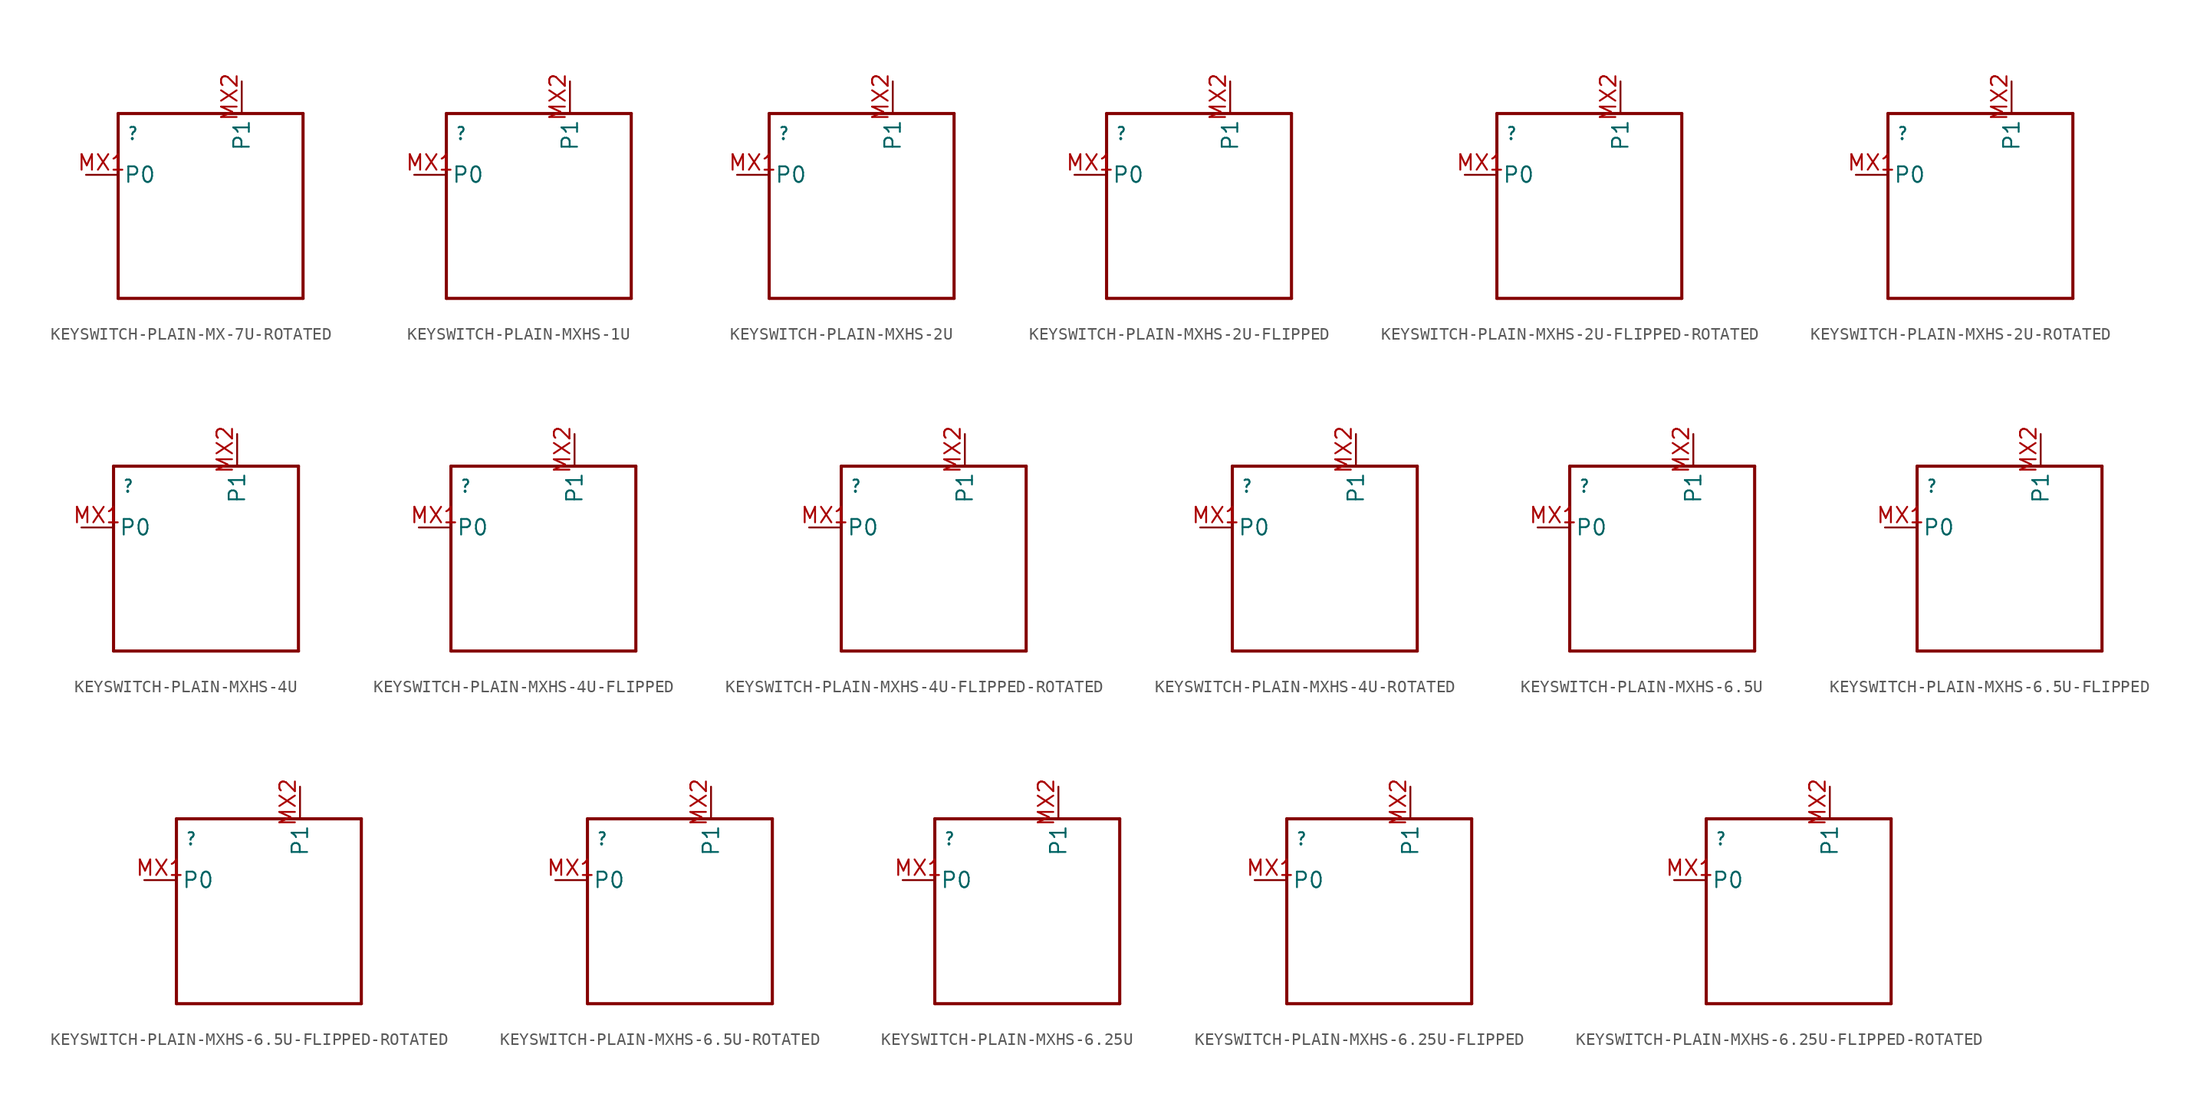
<source format=kicad_sym>
(kicad_symbol_lib
  (version 20211014)
  (generator kicad_symbol_editor)
  (symbol "KEYSWITCH-PLAIN-MX-7U-ROTATED"
    (property "Reference" ""
      (at -6.81 5.318 0)
      (effects (font (size 1 0.85)) (justify left bottom)))
    (property "ki_locked" ""
      (at 0 0 0)
      (effects (font (size 1.27 1.27))))
    (symbol "KEYSWITCH-PLAIN-MX-7U-ROTATED_1_0"
      (polyline (pts (xy -7.54 -7.54) (xy -7.54 7.54)) (stroke (width 0.254) (type default) (color 0 0 0 0)) (fill (type none)))
      (polyline (pts (xy -7.54 7.54) (xy 7.54 7.54)) (stroke (width 0.254) (type default) (color 0 0 0 0)) (fill (type none)))
      (polyline (pts (xy 7.54 -7.54) (xy -7.54 -7.54)) (stroke (width 0.254) (type default) (color 0 0 0 0)) (fill (type none)))
      (polyline (pts (xy 7.54 7.54) (xy 7.54 -7.54)) (stroke (width 0.254) (type default) (color 0 0 0 0)) (fill (type none)))
      (pin bidirectional line (at -10.16 2.54 0) (length 2.54) (name "P0" (effects (font (size 1.27 1.27)))) (number "MX1" (effects (font (size 1.27 1.27)))))
      (pin bidirectional line (at 2.54 10.16 270) (length 2.54) (name "P1" (effects (font (size 1.27 1.27)))) (number "MX2" (effects (font (size 1.27 1.27)))))))
  (symbol "KEYSWITCH-PLAIN-MXHS-1U"
    (property "Reference" ""
      (at -6.81 5.318 0)
      (effects (font (size 1 0.85)) (justify left bottom)))
    (property "ki_locked" ""
      (at 0 0 0)
      (effects (font (size 1.27 1.27))))
    (symbol "KEYSWITCH-PLAIN-MXHS-1U_1_0"
      (polyline (pts (xy -7.54 -7.54) (xy -7.54 7.54)) (stroke (width 0.254) (type default) (color 0 0 0 0)) (fill (type none)))
      (polyline (pts (xy -7.54 7.54) (xy 7.54 7.54)) (stroke (width 0.254) (type default) (color 0 0 0 0)) (fill (type none)))
      (polyline (pts (xy 7.54 -7.54) (xy -7.54 -7.54)) (stroke (width 0.254) (type default) (color 0 0 0 0)) (fill (type none)))
      (polyline (pts (xy 7.54 7.54) (xy 7.54 -7.54)) (stroke (width 0.254) (type default) (color 0 0 0 0)) (fill (type none)))
      (pin bidirectional line (at -10.16 2.54 0) (length 2.54) (name "P0" (effects (font (size 1.27 1.27)))) (number "MX1" (effects (font (size 1.27 1.27)))))
      (pin bidirectional line (at 2.54 10.16 270) (length 2.54) (name "P1" (effects (font (size 1.27 1.27)))) (number "MX2" (effects (font (size 1.27 1.27)))))))
  (symbol "KEYSWITCH-PLAIN-MXHS-2U"
    (property "Reference" ""
      (at -6.81 5.318 0)
      (effects (font (size 1 0.85)) (justify left bottom)))
    (property "ki_locked" ""
      (at 0 0 0)
      (effects (font (size 1.27 1.27))))
    (symbol "KEYSWITCH-PLAIN-MXHS-2U_1_0"
      (polyline (pts (xy -7.54 -7.54) (xy -7.54 7.54)) (stroke (width 0.254) (type default) (color 0 0 0 0)) (fill (type none)))
      (polyline (pts (xy -7.54 7.54) (xy 7.54 7.54)) (stroke (width 0.254) (type default) (color 0 0 0 0)) (fill (type none)))
      (polyline (pts (xy 7.54 -7.54) (xy -7.54 -7.54)) (stroke (width 0.254) (type default) (color 0 0 0 0)) (fill (type none)))
      (polyline (pts (xy 7.54 7.54) (xy 7.54 -7.54)) (stroke (width 0.254) (type default) (color 0 0 0 0)) (fill (type none)))
      (pin bidirectional line (at -10.16 2.54 0) (length 2.54) (name "P0" (effects (font (size 1.27 1.27)))) (number "MX1" (effects (font (size 1.27 1.27)))))
      (pin bidirectional line (at 2.54 10.16 270) (length 2.54) (name "P1" (effects (font (size 1.27 1.27)))) (number "MX2" (effects (font (size 1.27 1.27)))))))
  (symbol "KEYSWITCH-PLAIN-MXHS-2U-FLIPPED"
    (property "Reference" ""
      (at -6.81 5.318 0)
      (effects (font (size 1 0.85)) (justify left bottom)))
    (property "ki_locked" ""
      (at 0 0 0)
      (effects (font (size 1.27 1.27))))
    (symbol "KEYSWITCH-PLAIN-MXHS-2U-FLIPPED_1_0"
      (polyline (pts (xy -7.54 -7.54) (xy -7.54 7.54)) (stroke (width 0.254) (type default) (color 0 0 0 0)) (fill (type none)))
      (polyline (pts (xy -7.54 7.54) (xy 7.54 7.54)) (stroke (width 0.254) (type default) (color 0 0 0 0)) (fill (type none)))
      (polyline (pts (xy 7.54 -7.54) (xy -7.54 -7.54)) (stroke (width 0.254) (type default) (color 0 0 0 0)) (fill (type none)))
      (polyline (pts (xy 7.54 7.54) (xy 7.54 -7.54)) (stroke (width 0.254) (type default) (color 0 0 0 0)) (fill (type none)))
      (pin bidirectional line (at -10.16 2.54 0) (length 2.54) (name "P0" (effects (font (size 1.27 1.27)))) (number "MX1" (effects (font (size 1.27 1.27)))))
      (pin bidirectional line (at 2.54 10.16 270) (length 2.54) (name "P1" (effects (font (size 1.27 1.27)))) (number "MX2" (effects (font (size 1.27 1.27)))))))
  (symbol "KEYSWITCH-PLAIN-MXHS-2U-FLIPPED-ROTATED"
    (property "Reference" ""
      (at -6.81 5.318 0)
      (effects (font (size 1 0.85)) (justify left bottom)))
    (property "ki_locked" ""
      (at 0 0 0)
      (effects (font (size 1.27 1.27))))
    (symbol "KEYSWITCH-PLAIN-MXHS-2U-FLIPPED-ROTATED_1_0"
      (polyline (pts (xy -7.54 -7.54) (xy -7.54 7.54)) (stroke (width 0.254) (type default) (color 0 0 0 0)) (fill (type none)))
      (polyline (pts (xy -7.54 7.54) (xy 7.54 7.54)) (stroke (width 0.254) (type default) (color 0 0 0 0)) (fill (type none)))
      (polyline (pts (xy 7.54 -7.54) (xy -7.54 -7.54)) (stroke (width 0.254) (type default) (color 0 0 0 0)) (fill (type none)))
      (polyline (pts (xy 7.54 7.54) (xy 7.54 -7.54)) (stroke (width 0.254) (type default) (color 0 0 0 0)) (fill (type none)))
      (pin bidirectional line (at -10.16 2.54 0) (length 2.54) (name "P0" (effects (font (size 1.27 1.27)))) (number "MX1" (effects (font (size 1.27 1.27)))))
      (pin bidirectional line (at 2.54 10.16 270) (length 2.54) (name "P1" (effects (font (size 1.27 1.27)))) (number "MX2" (effects (font (size 1.27 1.27)))))))
  (symbol "KEYSWITCH-PLAIN-MXHS-2U-ROTATED"
    (property "Reference" ""
      (at -6.81 5.318 0)
      (effects (font (size 1 0.85)) (justify left bottom)))
    (property "ki_locked" ""
      (at 0 0 0)
      (effects (font (size 1.27 1.27))))
    (symbol "KEYSWITCH-PLAIN-MXHS-2U-ROTATED_1_0"
      (polyline (pts (xy -7.54 -7.54) (xy -7.54 7.54)) (stroke (width 0.254) (type default) (color 0 0 0 0)) (fill (type none)))
      (polyline (pts (xy -7.54 7.54) (xy 7.54 7.54)) (stroke (width 0.254) (type default) (color 0 0 0 0)) (fill (type none)))
      (polyline (pts (xy 7.54 -7.54) (xy -7.54 -7.54)) (stroke (width 0.254) (type default) (color 0 0 0 0)) (fill (type none)))
      (polyline (pts (xy 7.54 7.54) (xy 7.54 -7.54)) (stroke (width 0.254) (type default) (color 0 0 0 0)) (fill (type none)))
      (pin bidirectional line (at -10.16 2.54 0) (length 2.54) (name "P0" (effects (font (size 1.27 1.27)))) (number "MX1" (effects (font (size 1.27 1.27)))))
      (pin bidirectional line (at 2.54 10.16 270) (length 2.54) (name "P1" (effects (font (size 1.27 1.27)))) (number "MX2" (effects (font (size 1.27 1.27)))))))
  (symbol "KEYSWITCH-PLAIN-MXHS-4U"
    (property "Reference" ""
      (at -6.81 5.318 0)
      (effects (font (size 1 0.85)) (justify left bottom)))
    (property "ki_locked" ""
      (at 0 0 0)
      (effects (font (size 1.27 1.27))))
    (symbol "KEYSWITCH-PLAIN-MXHS-4U_1_0"
      (polyline (pts (xy -7.54 -7.54) (xy -7.54 7.54)) (stroke (width 0.254) (type default) (color 0 0 0 0)) (fill (type none)))
      (polyline (pts (xy -7.54 7.54) (xy 7.54 7.54)) (stroke (width 0.254) (type default) (color 0 0 0 0)) (fill (type none)))
      (polyline (pts (xy 7.54 -7.54) (xy -7.54 -7.54)) (stroke (width 0.254) (type default) (color 0 0 0 0)) (fill (type none)))
      (polyline (pts (xy 7.54 7.54) (xy 7.54 -7.54)) (stroke (width 0.254) (type default) (color 0 0 0 0)) (fill (type none)))
      (pin bidirectional line (at -10.16 2.54 0) (length 2.54) (name "P0" (effects (font (size 1.27 1.27)))) (number "MX1" (effects (font (size 1.27 1.27)))))
      (pin bidirectional line (at 2.54 10.16 270) (length 2.54) (name "P1" (effects (font (size 1.27 1.27)))) (number "MX2" (effects (font (size 1.27 1.27)))))))
  (symbol "KEYSWITCH-PLAIN-MXHS-4U-FLIPPED"
    (property "Reference" ""
      (at -6.81 5.318 0)
      (effects (font (size 1 0.85)) (justify left bottom)))
    (property "ki_locked" ""
      (at 0 0 0)
      (effects (font (size 1.27 1.27))))
    (symbol "KEYSWITCH-PLAIN-MXHS-4U-FLIPPED_1_0"
      (polyline (pts (xy -7.54 -7.54) (xy -7.54 7.54)) (stroke (width 0.254) (type default) (color 0 0 0 0)) (fill (type none)))
      (polyline (pts (xy -7.54 7.54) (xy 7.54 7.54)) (stroke (width 0.254) (type default) (color 0 0 0 0)) (fill (type none)))
      (polyline (pts (xy 7.54 -7.54) (xy -7.54 -7.54)) (stroke (width 0.254) (type default) (color 0 0 0 0)) (fill (type none)))
      (polyline (pts (xy 7.54 7.54) (xy 7.54 -7.54)) (stroke (width 0.254) (type default) (color 0 0 0 0)) (fill (type none)))
      (pin bidirectional line (at -10.16 2.54 0) (length 2.54) (name "P0" (effects (font (size 1.27 1.27)))) (number "MX1" (effects (font (size 1.27 1.27)))))
      (pin bidirectional line (at 2.54 10.16 270) (length 2.54) (name "P1" (effects (font (size 1.27 1.27)))) (number "MX2" (effects (font (size 1.27 1.27)))))))
  (symbol "KEYSWITCH-PLAIN-MXHS-4U-FLIPPED-ROTATED"
    (property "Reference" ""
      (at -6.81 5.318 0)
      (effects (font (size 1 0.85)) (justify left bottom)))
    (property "ki_locked" ""
      (at 0 0 0)
      (effects (font (size 1.27 1.27))))
    (symbol "KEYSWITCH-PLAIN-MXHS-4U-FLIPPED-ROTATED_1_0"
      (polyline (pts (xy -7.54 -7.54) (xy -7.54 7.54)) (stroke (width 0.254) (type default) (color 0 0 0 0)) (fill (type none)))
      (polyline (pts (xy -7.54 7.54) (xy 7.54 7.54)) (stroke (width 0.254) (type default) (color 0 0 0 0)) (fill (type none)))
      (polyline (pts (xy 7.54 -7.54) (xy -7.54 -7.54)) (stroke (width 0.254) (type default) (color 0 0 0 0)) (fill (type none)))
      (polyline (pts (xy 7.54 7.54) (xy 7.54 -7.54)) (stroke (width 0.254) (type default) (color 0 0 0 0)) (fill (type none)))
      (pin bidirectional line (at -10.16 2.54 0) (length 2.54) (name "P0" (effects (font (size 1.27 1.27)))) (number "MX1" (effects (font (size 1.27 1.27)))))
      (pin bidirectional line (at 2.54 10.16 270) (length 2.54) (name "P1" (effects (font (size 1.27 1.27)))) (number "MX2" (effects (font (size 1.27 1.27)))))))
  (symbol "KEYSWITCH-PLAIN-MXHS-4U-ROTATED"
    (property "Reference" ""
      (at -6.81 5.318 0)
      (effects (font (size 1 0.85)) (justify left bottom)))
    (property "ki_locked" ""
      (at 0 0 0)
      (effects (font (size 1.27 1.27))))
    (symbol "KEYSWITCH-PLAIN-MXHS-4U-ROTATED_1_0"
      (polyline (pts (xy -7.54 -7.54) (xy -7.54 7.54)) (stroke (width 0.254) (type default) (color 0 0 0 0)) (fill (type none)))
      (polyline (pts (xy -7.54 7.54) (xy 7.54 7.54)) (stroke (width 0.254) (type default) (color 0 0 0 0)) (fill (type none)))
      (polyline (pts (xy 7.54 -7.54) (xy -7.54 -7.54)) (stroke (width 0.254) (type default) (color 0 0 0 0)) (fill (type none)))
      (polyline (pts (xy 7.54 7.54) (xy 7.54 -7.54)) (stroke (width 0.254) (type default) (color 0 0 0 0)) (fill (type none)))
      (pin bidirectional line (at -10.16 2.54 0) (length 2.54) (name "P0" (effects (font (size 1.27 1.27)))) (number "MX1" (effects (font (size 1.27 1.27)))))
      (pin bidirectional line (at 2.54 10.16 270) (length 2.54) (name "P1" (effects (font (size 1.27 1.27)))) (number "MX2" (effects (font (size 1.27 1.27)))))))
  (symbol "KEYSWITCH-PLAIN-MXHS-6.5U"
    (property "Reference" ""
      (at -6.81 5.318 0)
      (effects (font (size 1 0.85)) (justify left bottom)))
    (property "ki_locked" ""
      (at 0 0 0)
      (effects (font (size 1.27 1.27))))
    (symbol "KEYSWITCH-PLAIN-MXHS-6.5U_1_0"
      (polyline (pts (xy -7.54 -7.54) (xy -7.54 7.54)) (stroke (width 0.254) (type default) (color 0 0 0 0)) (fill (type none)))
      (polyline (pts (xy -7.54 7.54) (xy 7.54 7.54)) (stroke (width 0.254) (type default) (color 0 0 0 0)) (fill (type none)))
      (polyline (pts (xy 7.54 -7.54) (xy -7.54 -7.54)) (stroke (width 0.254) (type default) (color 0 0 0 0)) (fill (type none)))
      (polyline (pts (xy 7.54 7.54) (xy 7.54 -7.54)) (stroke (width 0.254) (type default) (color 0 0 0 0)) (fill (type none)))
      (pin bidirectional line (at -10.16 2.54 0) (length 2.54) (name "P0" (effects (font (size 1.27 1.27)))) (number "MX1" (effects (font (size 1.27 1.27)))))
      (pin bidirectional line (at 2.54 10.16 270) (length 2.54) (name "P1" (effects (font (size 1.27 1.27)))) (number "MX2" (effects (font (size 1.27 1.27)))))))
  (symbol "KEYSWITCH-PLAIN-MXHS-6.5U-FLIPPED"
    (property "Reference" ""
      (at -6.81 5.318 0)
      (effects (font (size 1 0.85)) (justify left bottom)))
    (property "ki_locked" ""
      (at 0 0 0)
      (effects (font (size 1.27 1.27))))
    (symbol "KEYSWITCH-PLAIN-MXHS-6.5U-FLIPPED_1_0"
      (polyline (pts (xy -7.54 -7.54) (xy -7.54 7.54)) (stroke (width 0.254) (type default) (color 0 0 0 0)) (fill (type none)))
      (polyline (pts (xy -7.54 7.54) (xy 7.54 7.54)) (stroke (width 0.254) (type default) (color 0 0 0 0)) (fill (type none)))
      (polyline (pts (xy 7.54 -7.54) (xy -7.54 -7.54)) (stroke (width 0.254) (type default) (color 0 0 0 0)) (fill (type none)))
      (polyline (pts (xy 7.54 7.54) (xy 7.54 -7.54)) (stroke (width 0.254) (type default) (color 0 0 0 0)) (fill (type none)))
      (pin bidirectional line (at -10.16 2.54 0) (length 2.54) (name "P0" (effects (font (size 1.27 1.27)))) (number "MX1" (effects (font (size 1.27 1.27)))))
      (pin bidirectional line (at 2.54 10.16 270) (length 2.54) (name "P1" (effects (font (size 1.27 1.27)))) (number "MX2" (effects (font (size 1.27 1.27)))))))
  (symbol "KEYSWITCH-PLAIN-MXHS-6.5U-FLIPPED-ROTATED"
    (property "Reference" ""
      (at -6.81 5.318 0)
      (effects (font (size 1 0.85)) (justify left bottom)))
    (property "ki_locked" ""
      (at 0 0 0)
      (effects (font (size 1.27 1.27))))
    (symbol "KEYSWITCH-PLAIN-MXHS-6.5U-FLIPPED-ROTATED_1_0"
      (polyline (pts (xy -7.54 -7.54) (xy -7.54 7.54)) (stroke (width 0.254) (type default) (color 0 0 0 0)) (fill (type none)))
      (polyline (pts (xy -7.54 7.54) (xy 7.54 7.54)) (stroke (width 0.254) (type default) (color 0 0 0 0)) (fill (type none)))
      (polyline (pts (xy 7.54 -7.54) (xy -7.54 -7.54)) (stroke (width 0.254) (type default) (color 0 0 0 0)) (fill (type none)))
      (polyline (pts (xy 7.54 7.54) (xy 7.54 -7.54)) (stroke (width 0.254) (type default) (color 0 0 0 0)) (fill (type none)))
      (pin bidirectional line (at -10.16 2.54 0) (length 2.54) (name "P0" (effects (font (size 1.27 1.27)))) (number "MX1" (effects (font (size 1.27 1.27)))))
      (pin bidirectional line (at 2.54 10.16 270) (length 2.54) (name "P1" (effects (font (size 1.27 1.27)))) (number "MX2" (effects (font (size 1.27 1.27)))))))
  (symbol "KEYSWITCH-PLAIN-MXHS-6.5U-ROTATED"
    (property "Reference" ""
      (at -6.81 5.318 0)
      (effects (font (size 1 0.85)) (justify left bottom)))
    (property "ki_locked" ""
      (at 0 0 0)
      (effects (font (size 1.27 1.27))))
    (symbol "KEYSWITCH-PLAIN-MXHS-6.5U-ROTATED_1_0"
      (polyline (pts (xy -7.54 -7.54) (xy -7.54 7.54)) (stroke (width 0.254) (type default) (color 0 0 0 0)) (fill (type none)))
      (polyline (pts (xy -7.54 7.54) (xy 7.54 7.54)) (stroke (width 0.254) (type default) (color 0 0 0 0)) (fill (type none)))
      (polyline (pts (xy 7.54 -7.54) (xy -7.54 -7.54)) (stroke (width 0.254) (type default) (color 0 0 0 0)) (fill (type none)))
      (polyline (pts (xy 7.54 7.54) (xy 7.54 -7.54)) (stroke (width 0.254) (type default) (color 0 0 0 0)) (fill (type none)))
      (pin bidirectional line (at -10.16 2.54 0) (length 2.54) (name "P0" (effects (font (size 1.27 1.27)))) (number "MX1" (effects (font (size 1.27 1.27)))))
      (pin bidirectional line (at 2.54 10.16 270) (length 2.54) (name "P1" (effects (font (size 1.27 1.27)))) (number "MX2" (effects (font (size 1.27 1.27)))))))
  (symbol "KEYSWITCH-PLAIN-MXHS-6.25U"
    (property "Reference" ""
      (at -6.81 5.318 0)
      (effects (font (size 1 0.85)) (justify left bottom)))
    (property "ki_locked" ""
      (at 0 0 0)
      (effects (font (size 1.27 1.27))))
    (symbol "KEYSWITCH-PLAIN-MXHS-6.25U_1_0"
      (polyline (pts (xy -7.54 -7.54) (xy -7.54 7.54)) (stroke (width 0.254) (type default) (color 0 0 0 0)) (fill (type none)))
      (polyline (pts (xy -7.54 7.54) (xy 7.54 7.54)) (stroke (width 0.254) (type default) (color 0 0 0 0)) (fill (type none)))
      (polyline (pts (xy 7.54 -7.54) (xy -7.54 -7.54)) (stroke (width 0.254) (type default) (color 0 0 0 0)) (fill (type none)))
      (polyline (pts (xy 7.54 7.54) (xy 7.54 -7.54)) (stroke (width 0.254) (type default) (color 0 0 0 0)) (fill (type none)))
      (pin bidirectional line (at -10.16 2.54 0) (length 2.54) (name "P0" (effects (font (size 1.27 1.27)))) (number "MX1" (effects (font (size 1.27 1.27)))))
      (pin bidirectional line (at 2.54 10.16 270) (length 2.54) (name "P1" (effects (font (size 1.27 1.27)))) (number "MX2" (effects (font (size 1.27 1.27)))))))
  (symbol "KEYSWITCH-PLAIN-MXHS-6.25U-FLIPPED"
    (property "Reference" ""
      (at -6.81 5.318 0)
      (effects (font (size 1 0.85)) (justify left bottom)))
    (property "ki_locked" ""
      (at 0 0 0)
      (effects (font (size 1.27 1.27))))
    (symbol "KEYSWITCH-PLAIN-MXHS-6.25U-FLIPPED_1_0"
      (polyline (pts (xy -7.54 -7.54) (xy -7.54 7.54)) (stroke (width 0.254) (type default) (color 0 0 0 0)) (fill (type none)))
      (polyline (pts (xy -7.54 7.54) (xy 7.54 7.54)) (stroke (width 0.254) (type default) (color 0 0 0 0)) (fill (type none)))
      (polyline (pts (xy 7.54 -7.54) (xy -7.54 -7.54)) (stroke (width 0.254) (type default) (color 0 0 0 0)) (fill (type none)))
      (polyline (pts (xy 7.54 7.54) (xy 7.54 -7.54)) (stroke (width 0.254) (type default) (color 0 0 0 0)) (fill (type none)))
      (pin bidirectional line (at -10.16 2.54 0) (length 2.54) (name "P0" (effects (font (size 1.27 1.27)))) (number "MX1" (effects (font (size 1.27 1.27)))))
      (pin bidirectional line (at 2.54 10.16 270) (length 2.54) (name "P1" (effects (font (size 1.27 1.27)))) (number "MX2" (effects (font (size 1.27 1.27)))))))
  (symbol "KEYSWITCH-PLAIN-MXHS-6.25U-FLIPPED-ROTATED"
    (property "Reference" ""
      (at -6.81 5.318 0)
      (effects (font (size 1 0.85)) (justify left bottom)))
    (property "ki_locked" ""
      (at 0 0 0)
      (effects (font (size 1.27 1.27))))
    (symbol "KEYSWITCH-PLAIN-MXHS-6.25U-FLIPPED-ROTATED_1_0"
      (polyline (pts (xy -7.54 -7.54) (xy -7.54 7.54)) (stroke (width 0.254) (type default) (color 0 0 0 0)) (fill (type none)))
      (polyline (pts (xy -7.54 7.54) (xy 7.54 7.54)) (stroke (width 0.254) (type default) (color 0 0 0 0)) (fill (type none)))
      (polyline (pts (xy 7.54 -7.54) (xy -7.54 -7.54)) (stroke (width 0.254) (type default) (color 0 0 0 0)) (fill (type none)))
      (polyline (pts (xy 7.54 7.54) (xy 7.54 -7.54)) (stroke (width 0.254) (type default) (color 0 0 0 0)) (fill (type none)))
      (pin bidirectional line (at -10.16 2.54 0) (length 2.54) (name "P0" (effects (font (size 1.27 1.27)))) (number "MX1" (effects (font (size 1.27 1.27)))))
      (pin bidirectional line (at 2.54 10.16 270) (length 2.54) (name "P1" (effects (font (size 1.27 1.27)))) (number "MX2" (effects (font (size 1.27 1.27))))))))
</source>
